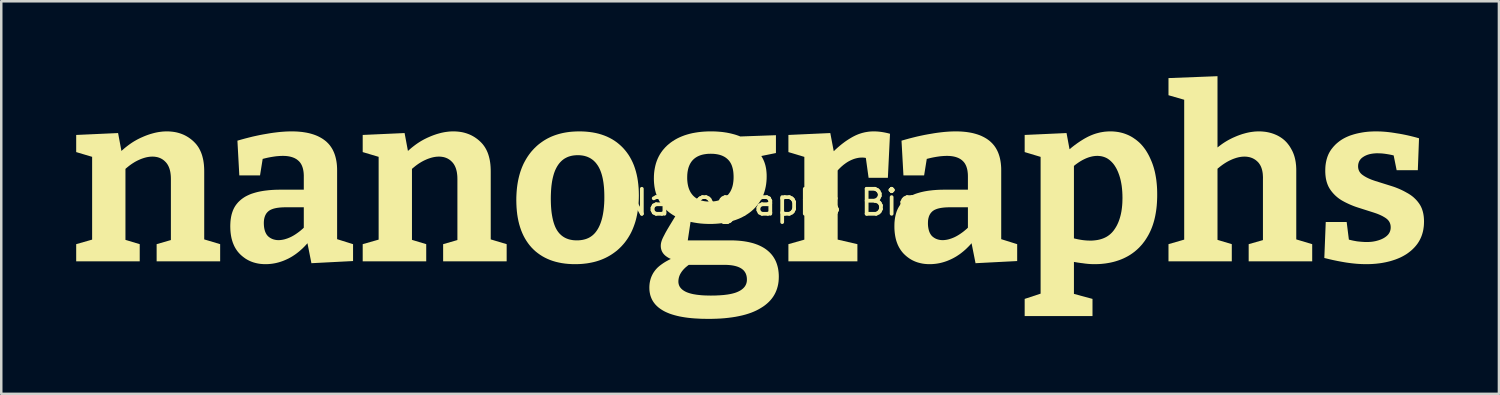
<source format=kicad_pcb>
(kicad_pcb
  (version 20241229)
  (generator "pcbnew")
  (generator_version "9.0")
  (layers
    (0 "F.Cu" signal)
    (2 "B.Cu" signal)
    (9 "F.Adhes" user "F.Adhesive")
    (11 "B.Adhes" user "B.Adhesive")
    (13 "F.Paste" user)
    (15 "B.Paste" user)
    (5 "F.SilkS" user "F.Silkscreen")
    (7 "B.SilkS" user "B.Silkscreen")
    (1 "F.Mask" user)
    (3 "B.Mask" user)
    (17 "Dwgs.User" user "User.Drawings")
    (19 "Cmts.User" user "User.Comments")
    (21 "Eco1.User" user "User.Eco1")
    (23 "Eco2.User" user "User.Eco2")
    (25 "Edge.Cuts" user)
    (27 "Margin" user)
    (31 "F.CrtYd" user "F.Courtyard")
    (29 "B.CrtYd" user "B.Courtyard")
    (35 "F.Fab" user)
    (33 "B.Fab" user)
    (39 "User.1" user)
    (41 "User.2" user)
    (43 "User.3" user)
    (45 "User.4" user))
  (footprint "Nanographs Big"
    (layer "F.Cu")
    (at 27.809 5.553)
    (property "Reference" "Nanographs Big" (at 0 -0.5 0) (unlocked yes) (layer "F.SilkS") (effects (font (size 1 1) (thickness 0.15))))
    (fp_poly (pts (xy 4.197 -3.342) (xy 4.275 -3.338) (xy 4.355 -3.33) (xy 4.435 -3.32) (xy 4.517 -3.306) (xy 4.599 -3.29) (xy 4.683 -3.271) (xy 4.768 -3.248) (xy 4.683 -1.486) (xy 3.911 -1.486) (xy 3.801 -2.281) (xy 3.785 -2.284) (xy 3.768 -2.286) (xy 3.754 -2.289) (xy 3.74 -2.291) (xy 3.725 -2.292) (xy 3.711 -2.294) (xy 3.697 -2.295) (xy 3.682 -2.295) (xy 3.668 -2.296) (xy 3.654 -2.296) (xy 3.617 -2.295) (xy 3.58 -2.293) (xy 3.543 -2.29) (xy 3.506 -2.285) (xy 3.469 -2.278) (xy 3.432 -2.27) (xy 3.396 -2.261) (xy 3.359 -2.251) (xy 3.322 -2.239) (xy 3.285 -2.225) (xy 3.248 -2.21) (xy 3.211 -2.194) (xy 3.174 -2.176) (xy 3.137 -2.157) (xy 3.1 -2.137) (xy 3.063 -2.115) (xy 3.028 -2.092) (xy 2.993 -2.068) (xy 2.959 -2.043) (xy 2.925 -2.018) (xy 2.892 -1.992) (xy 2.86 -1.964) (xy 2.828 -1.937) (xy 2.797 -1.908) (xy 2.766 -1.878) (xy 2.736 -1.848) (xy 2.706 -1.817) (xy 2.678 -1.785) (xy 2.673 -1.779) (xy 2.673 0.988) (xy 3.463 1.171) (xy 3.463 1.857) (xy 0.701 1.857) (xy 0.701 1.171) (xy 1.339 0.99) (xy 1.339 -2.323) (xy 0.701 -2.515) (xy 0.701 -3.201) (xy 2.378 -3.277) (xy 2.516 -2.549) (xy 2.591 -2.621) (xy 2.645 -2.67) (xy 2.698 -2.717) (xy 2.751 -2.762) (xy 2.804 -2.806) (xy 2.857 -2.848) (xy 2.91 -2.888) (xy 2.962 -2.927) (xy 3.015 -2.964) (xy 3.068 -2.999) (xy 3.12 -3.033) (xy 3.173 -3.065) (xy 3.225 -3.096) (xy 3.278 -3.126) (xy 3.331 -3.154) (xy 3.384 -3.18) (xy 3.438 -3.204) (xy 3.493 -3.227) (xy 3.548 -3.247) (xy 3.603 -3.265) (xy 3.659 -3.282) (xy 3.715 -3.296) (xy 3.771 -3.309) (xy 3.829 -3.319) (xy 3.886 -3.328) (xy 3.944 -3.335) (xy 4.002 -3.34) (xy 4.061 -3.343) (xy 4.121 -3.344)) (stroke (width 0) (type solid)) (fill yes) (layer "F.SilkS"))
    (fp_poly (pts (xy -24.1 -3.342) (xy -24.021 -3.337) (xy -23.945 -3.329) (xy -23.87 -3.318) (xy -23.796 -3.304) (xy -23.725 -3.286) (xy -23.655 -3.265) (xy -23.587 -3.241) (xy -23.52 -3.214) (xy -23.456 -3.184) (xy -23.393 -3.15) (xy -23.331 -3.113) (xy -23.272 -3.073) (xy -23.214 -3.03) (xy -23.158 -2.984) (xy -23.103 -2.934) (xy -23.052 -2.882) (xy -23.003 -2.828) (xy -22.958 -2.769) (xy -22.916 -2.708) (xy -22.878 -2.643) (xy -22.844 -2.575) (xy -22.812 -2.504) (xy -22.784 -2.429) (xy -22.76 -2.351) (xy -22.739 -2.27) (xy -22.721 -2.186) (xy -22.707 -2.098) (xy -22.696 -2.007) (xy -22.689 -1.913) (xy -22.685 -1.816) (xy -22.684 -1.715) (xy -22.684 0.98) (xy -22.046 1.171) (xy -22.046 1.857) (xy -24.589 1.857) (xy -24.589 1.171) (xy -24.018 1.006) (xy -24.018 -1.429) (xy -24.019 -1.487) (xy -24.021 -1.542) (xy -24.025 -1.595) (xy -24.031 -1.647) (xy -24.038 -1.697) (xy -24.047 -1.744) (xy -24.058 -1.79) (xy -24.07 -1.834) (xy -24.084 -1.876) (xy -24.1 -1.916) (xy -24.117 -1.954) (xy -24.136 -1.99) (xy -24.156 -2.024) (xy -24.178 -2.056) (xy -24.202 -2.087) (xy -24.227 -2.115) (xy -24.253 -2.141) (xy -24.279 -2.166) (xy -24.307 -2.189) (xy -24.336 -2.211) (xy -24.365 -2.23) (xy -24.396 -2.248) (xy -24.428 -2.265) (xy -24.461 -2.279) (xy -24.495 -2.292) (xy -24.529 -2.303) (xy -24.565 -2.313) (xy -24.602 -2.32) (xy -24.64 -2.326) (xy -24.679 -2.331) (xy -24.72 -2.333) (xy -24.761 -2.334) (xy -24.793 -2.333) (xy -24.826 -2.332) (xy -24.859 -2.329) (xy -24.892 -2.325) (xy -24.926 -2.32) (xy -24.96 -2.314) (xy -24.995 -2.307) (xy -25.03 -2.298) (xy -25.065 -2.289) (xy -25.101 -2.278) (xy -25.137 -2.266) (xy -25.173 -2.254) (xy -25.21 -2.24) (xy -25.247 -2.225) (xy -25.285 -2.208) (xy -25.323 -2.191) (xy -25.361 -2.173) (xy -25.399 -2.153) (xy -25.437 -2.133) (xy -25.475 -2.111) (xy -25.512 -2.088) (xy -25.55 -2.064) (xy -25.588 -2.039) (xy -25.625 -2.013) (xy -25.663 -1.985) (xy -25.7 -1.957) (xy -25.737 -1.927) (xy -25.775 -1.896) (xy -25.812 -1.865) (xy -25.837 -1.842) (xy -25.837 0.999) (xy -25.266 1.171) (xy -25.266 1.857) (xy -27.809 1.857) (xy -27.809 1.171) (xy -27.171 0.989) (xy -27.171 -2.325) (xy -27.809 -2.515) (xy -27.809 -3.201) (xy -26.132 -3.277) (xy -25.998 -2.56) (xy -25.959 -2.596) (xy -25.9 -2.647) (xy -25.841 -2.697) (xy -25.781 -2.744) (xy -25.721 -2.79) (xy -25.661 -2.834) (xy -25.6 -2.876) (xy -25.539 -2.916) (xy -25.477 -2.954) (xy -25.414 -2.99) (xy -25.352 -3.024) (xy -25.289 -3.056) (xy -25.225 -3.087) (xy -25.161 -3.115) (xy -25.097 -3.143) (xy -25.033 -3.169) (xy -24.97 -3.193) (xy -24.907 -3.215) (xy -24.844 -3.236) (xy -24.782 -3.254) (xy -24.72 -3.271) (xy -24.658 -3.287) (xy -24.597 -3.3) (xy -24.536 -3.312) (xy -24.476 -3.321) (xy -24.416 -3.329) (xy -24.356 -3.336) (xy -24.297 -3.34) (xy -24.238 -3.343) (xy -24.18 -3.344)) (stroke (width 0) (type solid)) (fill yes) (layer "F.SilkS"))
    (fp_poly (pts (xy -12.631 -3.342) (xy -12.552 -3.337) (xy -12.475 -3.329) (xy -12.4 -3.318) (xy -12.327 -3.304) (xy -12.256 -3.286) (xy -12.186 -3.265) (xy -12.118 -3.241) (xy -12.051 -3.214) (xy -11.987 -3.184) (xy -11.924 -3.15) (xy -11.862 -3.113) (xy -11.803 -3.073) (xy -11.745 -3.03) (xy -11.689 -2.984) (xy -11.634 -2.934) (xy -11.582 -2.882) (xy -11.534 -2.828) (xy -11.489 -2.769) (xy -11.447 -2.708) (xy -11.409 -2.643) (xy -11.374 -2.575) (xy -11.343 -2.504) (xy -11.315 -2.429) (xy -11.291 -2.351) (xy -11.27 -2.27) (xy -11.252 -2.186) (xy -11.238 -2.098) (xy -11.227 -2.007) (xy -11.22 -1.913) (xy -11.216 -1.816) (xy -11.215 -1.715) (xy -11.215 0.98) (xy -10.577 1.171) (xy -10.577 1.857) (xy -13.12 1.857) (xy -13.12 1.171) (xy -12.549 1.006) (xy -12.549 -1.429) (xy -12.55 -1.487) (xy -12.552 -1.542) (xy -12.556 -1.595) (xy -12.562 -1.647) (xy -12.569 -1.697) (xy -12.578 -1.744) (xy -12.589 -1.79) (xy -12.601 -1.834) (xy -12.615 -1.876) (xy -12.631 -1.916) (xy -12.648 -1.954) (xy -12.667 -1.99) (xy -12.687 -2.024) (xy -12.709 -2.056) (xy -12.733 -2.087) (xy -12.758 -2.115) (xy -12.784 -2.141) (xy -12.81 -2.166) (xy -12.838 -2.189) (xy -12.867 -2.211) (xy -12.896 -2.23) (xy -12.927 -2.248) (xy -12.959 -2.265) (xy -12.992 -2.279) (xy -13.026 -2.292) (xy -13.06 -2.303) (xy -13.096 -2.313) (xy -13.133 -2.32) (xy -13.171 -2.326) (xy -13.21 -2.331) (xy -13.251 -2.333) (xy -13.292 -2.334) (xy -13.324 -2.333) (xy -13.357 -2.332) (xy -13.39 -2.329) (xy -13.423 -2.325) (xy -13.457 -2.32) (xy -13.491 -2.314) (xy -13.526 -2.307) (xy -13.561 -2.298) (xy -13.596 -2.289) (xy -13.632 -2.278) (xy -13.668 -2.266) (xy -13.704 -2.254) (xy -13.741 -2.24) (xy -13.778 -2.225) (xy -13.816 -2.208) (xy -13.854 -2.191) (xy -13.892 -2.173) (xy -13.93 -2.153) (xy -13.968 -2.133) (xy -14.005 -2.111) (xy -14.043 -2.088) (xy -14.081 -2.064) (xy -14.119 -2.039) (xy -14.156 -2.013) (xy -14.194 -1.985) (xy -14.231 -1.957) (xy -14.268 -1.927) (xy -14.305 -1.896) (xy -14.343 -1.865) (xy -14.368 -1.842) (xy -14.368 0.999) (xy -13.797 1.171) (xy -13.797 1.857) (xy -16.34 1.857) (xy -16.34 1.171) (xy -15.702 0.989) (xy -15.702 -2.325) (xy -16.34 -2.515) (xy -16.34 -3.201) (xy -14.663 -3.277) (xy -14.529 -2.56) (xy -14.49 -2.596) (xy -14.431 -2.647) (xy -14.372 -2.697) (xy -14.312 -2.744) (xy -14.252 -2.79) (xy -14.192 -2.834) (xy -14.131 -2.876) (xy -14.069 -2.916) (xy -14.008 -2.954) (xy -13.945 -2.99) (xy -13.883 -3.024) (xy -13.819 -3.056) (xy -13.756 -3.087) (xy -13.692 -3.115) (xy -13.628 -3.143) (xy -13.564 -3.169) (xy -13.501 -3.193) (xy -13.438 -3.215) (xy -13.375 -3.236) (xy -13.313 -3.254) (xy -13.251 -3.271) (xy -13.189 -3.287) (xy -13.128 -3.3) (xy -13.067 -3.312) (xy -13.007 -3.321) (xy -12.947 -3.329) (xy -12.887 -3.336) (xy -12.828 -3.34) (xy -12.769 -3.343) (xy -12.711 -3.344)) (stroke (width 0) (type solid)) (fill yes) (layer "F.SilkS"))
    (fp_poly (pts (xy 17.878 -2.7) (xy 17.934 -2.744) (xy 17.994 -2.79) (xy 18.054 -2.834) (xy 18.115 -2.876) (xy 18.177 -2.916) (xy 18.239 -2.954) (xy 18.301 -2.99) (xy 18.364 -3.024) (xy 18.427 -3.056) (xy 18.49 -3.087) (xy 18.554 -3.115) (xy 18.619 -3.143) (xy 18.682 -3.169) (xy 18.746 -3.193) (xy 18.809 -3.215) (xy 18.871 -3.236) (xy 18.934 -3.254) (xy 18.995 -3.271) (xy 19.057 -3.287) (xy 19.118 -3.3) (xy 19.179 -3.312) (xy 19.239 -3.321) (xy 19.299 -3.329) (xy 19.359 -3.336) (xy 19.418 -3.34) (xy 19.477 -3.343) (xy 19.536 -3.344) (xy 19.589 -3.343) (xy 19.641 -3.341) (xy 19.693 -3.337) (xy 19.744 -3.332) (xy 19.795 -3.326) (xy 19.845 -3.318) (xy 19.894 -3.309) (xy 19.943 -3.298) (xy 19.991 -3.286) (xy 20.038 -3.273) (xy 20.084 -3.258) (xy 20.13 -3.242) (xy 20.175 -3.224) (xy 20.22 -3.205) (xy 20.264 -3.185) (xy 20.307 -3.163) (xy 20.349 -3.139) (xy 20.39 -3.115) (xy 20.43 -3.088) (xy 20.469 -3.061) (xy 20.506 -3.032) (xy 20.543 -3.002) (xy 20.578 -2.97) (xy 20.612 -2.936) (xy 20.645 -2.902) (xy 20.676 -2.866) (xy 20.706 -2.828) (xy 20.736 -2.789) (xy 20.764 -2.749) (xy 20.79 -2.707) (xy 20.816 -2.664) (xy 20.84 -2.62) (xy 20.865 -2.575) (xy 20.887 -2.529) (xy 20.908 -2.481) (xy 20.927 -2.432) (xy 20.945 -2.381) (xy 20.961 -2.329) (xy 20.975 -2.275) (xy 20.988 -2.22) (xy 20.999 -2.163) (xy 21.009 -2.105) (xy 21.016 -2.045) (xy 21.023 -1.984) (xy 21.027 -1.921) (xy 21.03 -1.857) (xy 21.031 -1.792) (xy 21.031 -1.724) (xy 21.031 0.98) (xy 21.669 1.171) (xy 21.669 1.857) (xy 19.126 1.857) (xy 19.126 1.171) (xy 19.697 1.008) (xy 19.697 -1.439) (xy 19.698 -1.495) (xy 19.696 -1.549) (xy 19.693 -1.602) (xy 19.689 -1.652) (xy 19.682 -1.701) (xy 19.674 -1.748) (xy 19.664 -1.793) (xy 19.652 -1.836) (xy 19.639 -1.878) (xy 19.624 -1.917) (xy 19.607 -1.955) (xy 19.588 -1.991) (xy 19.568 -2.024) (xy 19.546 -2.056) (xy 19.523 -2.087) (xy 19.497 -2.115) (xy 19.471 -2.141) (xy 19.443 -2.166) (xy 19.414 -2.189) (xy 19.385 -2.211) (xy 19.354 -2.23) (xy 19.323 -2.248) (xy 19.29 -2.265) (xy 19.257 -2.279) (xy 19.222 -2.292) (xy 19.187 -2.303) (xy 19.151 -2.313) (xy 19.113 -2.32) (xy 19.075 -2.326) (xy 19.036 -2.331) (xy 18.996 -2.333) (xy 18.954 -2.334) (xy 18.922 -2.333) (xy 18.889 -2.332) (xy 18.856 -2.329) (xy 18.823 -2.325) (xy 18.789 -2.32) (xy 18.755 -2.314) (xy 18.72 -2.307) (xy 18.685 -2.298) (xy 18.65 -2.289) (xy 18.614 -2.278) (xy 18.578 -2.266) (xy 18.542 -2.254) (xy 18.505 -2.24) (xy 18.468 -2.225) (xy 18.43 -2.208) (xy 18.393 -2.191) (xy 18.354 -2.173) (xy 18.316 -2.153) (xy 18.278 -2.133) (xy 18.24 -2.111) (xy 18.202 -2.088) (xy 18.164 -2.064) (xy 18.126 -2.039) (xy 18.088 -2.013) (xy 18.05 -1.985) (xy 18.012 -1.957) (xy 17.973 -1.927) (xy 17.935 -1.896) (xy 17.897 -1.865) (xy 17.878 -1.848) (xy 17.878 0.999) (xy 18.45 1.171) (xy 18.45 1.857) (xy 15.916 1.857) (xy 15.916 1.171) (xy 16.545 0.989) (xy 16.545 -4.61) (xy 15.916 -4.791) (xy 15.916 -5.477) (xy 17.878 -5.553)) (stroke (width 0) (type solid)) (fill yes) (layer "F.SilkS"))
    (fp_poly (pts (xy 13.656 -3.343) (xy 13.724 -3.339) (xy 13.79 -3.333) (xy 13.856 -3.325) (xy 13.92 -3.315) (xy 13.984 -3.302) (xy 14.046 -3.287) (xy 14.107 -3.27) (xy 14.167 -3.25) (xy 14.226 -3.228) (xy 14.285 -3.204) (xy 14.342 -3.178) (xy 14.398 -3.149) (xy 14.453 -3.118) (xy 14.507 -3.084) (xy 14.559 -3.048) (xy 14.611 -3.012) (xy 14.661 -2.972) (xy 14.71 -2.931) (xy 14.758 -2.888) (xy 14.804 -2.842) (xy 14.848 -2.794) (xy 14.892 -2.744) (xy 14.933 -2.691) (xy 14.974 -2.637) (xy 15.013 -2.58) (xy 15.05 -2.52) (xy 15.086 -2.459) (xy 15.121 -2.395) (xy 15.154 -2.33) (xy 15.186 -2.261) (xy 15.217 -2.191) (xy 15.247 -2.12) (xy 15.275 -2.047) (xy 15.301 -1.971) (xy 15.325 -1.894) (xy 15.347 -1.815) (xy 15.368 -1.734) (xy 15.386 -1.65) (xy 15.402 -1.565) (xy 15.417 -1.478) (xy 15.43 -1.388) (xy 15.44 -1.297) (xy 15.449 -1.204) (xy 15.456 -1.108) (xy 15.461 -1.011) (xy 15.463 -0.911) (xy 15.464 -0.81) (xy 15.463 -0.696) (xy 15.459 -0.584) (xy 15.453 -0.474) (xy 15.445 -0.367) (xy 15.434 -0.262) (xy 15.42 -0.16) (xy 15.404 -0.06) (xy 15.386 0.038) (xy 15.365 0.133) (xy 15.342 0.226) (xy 15.316 0.316) (xy 15.288 0.404) (xy 15.257 0.49) (xy 15.224 0.573) (xy 15.188 0.654) (xy 15.15 0.733) (xy 15.11 0.809) (xy 15.067 0.883) (xy 15.023 0.954) (xy 14.977 1.024) (xy 14.928 1.09) (xy 14.878 1.155) (xy 14.826 1.216) (xy 14.771 1.276) (xy 14.715 1.333) (xy 14.657 1.388) (xy 14.596 1.44) (xy 14.534 1.49) (xy 14.469 1.538) (xy 14.403 1.583) (xy 14.335 1.626) (xy 14.264 1.666) (xy 14.193 1.703) (xy 14.121 1.738) (xy 14.047 1.77) (xy 13.971 1.8) (xy 13.894 1.827) (xy 13.816 1.852) (xy 13.736 1.875) (xy 13.655 1.895) (xy 13.572 1.913) (xy 13.487 1.928) (xy 13.401 1.942) (xy 13.314 1.952) (xy 13.225 1.961) (xy 13.135 1.967) (xy 13.043 1.97) (xy 12.95 1.971) (xy 12.892 1.971) (xy 12.834 1.969) (xy 12.776 1.966) (xy 12.716 1.962) (xy 12.657 1.956) (xy 12.596 1.95) (xy 12.535 1.942) (xy 12.474 1.933) (xy 12.411 1.926) (xy 12.349 1.917) (xy 12.285 1.908) (xy 12.221 1.897) (xy 12.157 1.886) (xy 12.131 1.882) (xy 12.131 3.162) (xy 12.874 3.362) (xy 12.874 4.048) (xy 10.159 4.048) (xy 10.159 3.362) (xy 10.797 3.152) (xy 10.797 0.939) (xy 12.131 0.939) (xy 12.187 0.953) (xy 12.292 0.976) (xy 12.395 0.995) (xy 12.495 1.01) (xy 12.592 1.02) (xy 12.686 1.026) (xy 12.778 1.028) (xy 12.861 1.027) (xy 12.942 1.021) (xy 13.019 1.012) (xy 13.093 1) (xy 13.165 0.984) (xy 13.233 0.964) (xy 13.299 0.941) (xy 13.362 0.914) (xy 13.422 0.884) (xy 13.479 0.85) (xy 13.533 0.812) (xy 13.584 0.771) (xy 13.632 0.726) (xy 13.677 0.678) (xy 13.72 0.626) (xy 13.759 0.571) (xy 13.797 0.513) (xy 13.833 0.452) (xy 13.866 0.388) (xy 13.897 0.322) (xy 13.925 0.253) (xy 13.951 0.181) (xy 13.974 0.107) (xy 13.995 0.031) (xy 14.014 -0.049) (xy 14.03 -0.131) (xy 14.043 -0.215) (xy 14.054 -0.302) (xy 14.063 -0.392) (xy 14.069 -0.484) (xy 14.072 -0.579) (xy 14.074 -0.677) (xy 14.072 -0.805) (xy 14.066 -0.929) (xy 14.056 -1.048) (xy 14.043 -1.162) (xy 14.025 -1.272) (xy 14.004 -1.377) (xy 13.979 -1.477) (xy 13.95 -1.572) (xy 13.934 -1.619) (xy 13.917 -1.664) (xy 13.9 -1.709) (xy 13.882 -1.751) (xy 13.863 -1.792) (xy 13.844 -1.832) (xy 13.823 -1.871) (xy 13.802 -1.908) (xy 13.78 -1.943) (xy 13.758 -1.978) (xy 13.735 -2.01) (xy 13.711 -2.042) (xy 13.686 -2.072) (xy 13.66 -2.1) (xy 13.634 -2.127) (xy 13.607 -2.153) (xy 13.579 -2.178) (xy 13.551 -2.202) (xy 13.521 -2.224) (xy 13.491 -2.245) (xy 13.46 -2.264) (xy 13.428 -2.281) (xy 13.395 -2.296) (xy 13.362 -2.31) (xy 13.327 -2.322) (xy 13.292 -2.333) (xy 13.256 -2.342) (xy 13.219 -2.35) (xy 13.182 -2.355) (xy 13.143 -2.359) (xy 13.104 -2.362) (xy 13.064 -2.363) (xy 13.033 -2.362) (xy 13.002 -2.361) (xy 12.97 -2.358) (xy 12.938 -2.354) (xy 12.907 -2.35) (xy 12.874 -2.344) (xy 12.842 -2.337) (xy 12.809 -2.329) (xy 12.776 -2.32) (xy 12.743 -2.311) (xy 12.71 -2.3) (xy 12.677 -2.288) (xy 12.643 -2.275) (xy 12.609 -2.261) (xy 12.575 -2.245) (xy 12.54 -2.229) (xy 12.506 -2.212) (xy 12.471 -2.194) (xy 12.436 -2.174) (xy 12.401 -2.154) (xy 12.366 -2.132) (xy 12.33 -2.109) (xy 12.295 -2.085) (xy 12.259 -2.06) (xy 12.223 -2.034) (xy 12.187 -2.007) (xy 12.151 -1.978) (xy 12.131 -1.961) (xy 12.131 0.939) (xy 10.797 0.939) (xy 10.797 -2.323) (xy 10.159 -2.515) (xy 10.159 -3.201) (xy 11.835 -3.277) (xy 11.955 -2.628) (xy 12.057 -2.713) (xy 12.167 -2.798) (xy 12.276 -2.877) (xy 12.384 -2.95) (xy 12.491 -3.017) (xy 12.544 -3.049) (xy 12.597 -3.079) (xy 12.65 -3.107) (xy 12.702 -3.134) (xy 12.756 -3.159) (xy 12.81 -3.183) (xy 12.864 -3.205) (xy 12.918 -3.226) (xy 12.973 -3.245) (xy 13.028 -3.262) (xy 13.083 -3.277) (xy 13.138 -3.291) (xy 13.193 -3.304) (xy 13.249 -3.314) (xy 13.305 -3.323) (xy 13.361 -3.331) (xy 13.418 -3.336) (xy 13.474 -3.34) (xy 13.531 -3.343) (xy 13.588 -3.344)) (stroke (width 0) (type solid)) (fill yes) (layer "F.SilkS"))
    (fp_poly (pts (xy -19.074 -3.342) (xy -18.968 -3.338) (xy -18.866 -3.33) (xy -18.767 -3.32) (xy -18.671 -3.306) (xy -18.578 -3.29) (xy -18.488 -3.271) (xy -18.402 -3.248) (xy -18.319 -3.223) (xy -18.24 -3.195) (xy -18.163 -3.164) (xy -18.09 -3.129) (xy -18.021 -3.092) (xy -17.954 -3.052) (xy -17.891 -3.009) (xy -17.831 -2.963) (xy -17.774 -2.913) (xy -17.721 -2.861) (xy -17.672 -2.805) (xy -17.627 -2.746) (xy -17.585 -2.684) (xy -17.546 -2.618) (xy -17.512 -2.549) (xy -17.481 -2.477) (xy -17.453 -2.401) (xy -17.43 -2.323) (xy -17.41 -2.241) (xy -17.393 -2.155) (xy -17.38 -2.067) (xy -17.371 -1.975) (xy -17.366 -1.88) (xy -17.364 -1.782) (xy -17.364 0.971) (xy -16.726 1.171) (xy -16.726 1.847) (xy -18.393 1.933) (xy -18.551 1.133) (xy -18.575 1.16) (xy -18.624 1.214) (xy -18.673 1.266) (xy -18.723 1.316) (xy -18.774 1.364) (xy -18.825 1.41) (xy -18.876 1.455) (xy -18.928 1.497) (xy -18.981 1.538) (xy -19.034 1.577) (xy -19.087 1.613) (xy -19.142 1.649) (xy -19.196 1.682) (xy -19.251 1.713) (xy -19.307 1.743) (xy -19.363 1.77) (xy -19.42 1.796) (xy -19.476 1.82) (xy -19.533 1.843) (xy -19.59 1.863) (xy -19.647 1.882) (xy -19.704 1.899) (xy -19.762 1.914) (xy -19.82 1.928) (xy -19.878 1.939) (xy -19.936 1.949) (xy -19.995 1.957) (xy -20.054 1.963) (xy -20.112 1.968) (xy -20.172 1.97) (xy -20.231 1.971) (xy -20.306 1.97) (xy -20.38 1.965) (xy -20.452 1.958) (xy -20.523 1.947) (xy -20.592 1.933) (xy -20.659 1.916) (xy -20.724 1.897) (xy -20.788 1.874) (xy -20.851 1.848) (xy -20.911 1.819) (xy -20.97 1.787) (xy -21.028 1.752) (xy -21.083 1.713) (xy -21.137 1.672) (xy -21.19 1.628) (xy -21.241 1.581) (xy -21.289 1.531) (xy -21.335 1.478) (xy -21.377 1.422) (xy -21.416 1.364) (xy -21.452 1.303) (xy -21.485 1.24) (xy -21.514 1.173) (xy -21.541 1.105) (xy -21.564 1.033) (xy -21.585 0.959) (xy -21.602 0.882) (xy -21.616 0.802) (xy -21.627 0.72) (xy -21.635 0.635) (xy -21.639 0.547) (xy -21.641 0.457) (xy -21.64 0.39) (xy -21.637 0.325) (xy -21.637 0.323) (xy -20.298 0.323) (xy -20.297 0.367) (xy -20.295 0.409) (xy -20.292 0.449) (xy -20.288 0.488) (xy -20.282 0.526) (xy -20.275 0.562) (xy -20.267 0.597) (xy -20.257 0.631) (xy -20.247 0.663) (xy -20.235 0.693) (xy -20.221 0.722) (xy -20.207 0.75) (xy -20.191 0.777) (xy -20.174 0.802) (xy -20.155 0.825) (xy -20.136 0.847) (xy -20.114 0.867) (xy -20.092 0.885) (xy -20.069 0.902) (xy -20.045 0.918) (xy -20.02 0.933) (xy -19.995 0.946) (xy -19.969 0.958) (xy -19.943 0.969) (xy -19.916 0.978) (xy -19.888 0.986) (xy -19.86 0.993) (xy -19.83 0.999) (xy -19.801 1.004) (xy -19.77 1.007) (xy -19.739 1.009) (xy -19.707 1.009) (xy -19.677 1.009) (xy -19.647 1.007) (xy -19.616 1.004) (xy -19.585 1) (xy -19.554 0.995) (xy -19.522 0.989) (xy -19.49 0.982) (xy -19.457 0.974) (xy -19.424 0.964) (xy -19.391 0.953) (xy -19.357 0.942) (xy -19.323 0.929) (xy -19.289 0.915) (xy -19.254 0.9) (xy -19.219 0.884) (xy -19.183 0.866) (xy -19.148 0.847) (xy -19.112 0.827) (xy -19.077 0.806) (xy -19.042 0.784) (xy -19.008 0.761) (xy -18.973 0.737) (xy -18.939 0.713) (xy -18.905 0.688) (xy -18.871 0.662) (xy -18.837 0.635) (xy -18.804 0.607) (xy -18.771 0.579) (xy -18.738 0.55) (xy -18.705 0.519) (xy -18.698 0.512) (xy -18.698 -0.305) (xy -19.421 -0.305) (xy -19.482 -0.305) (xy -19.541 -0.303) (xy -19.596 -0.3) (xy -19.65 -0.296) (xy -19.701 -0.29) (xy -19.75 -0.284) (xy -19.797 -0.276) (xy -19.841 -0.267) (xy -19.882 -0.257) (xy -19.922 -0.246) (xy -19.958 -0.233) (xy -19.993 -0.219) (xy -20.025 -0.205) (xy -20.055 -0.189) (xy -20.082 -0.171) (xy -20.107 -0.153) (xy -20.13 -0.133) (xy -20.152 -0.112) (xy -20.172 -0.09) (xy -20.191 -0.066) (xy -20.208 -0.041) (xy -20.223 -0.014) (xy -20.237 0.013) (xy -20.25 0.042) (xy -20.261 0.073) (xy -20.271 0.105) (xy -20.279 0.138) (xy -20.286 0.172) (xy -20.291 0.208) (xy -20.295 0.245) (xy -20.297 0.284) (xy -20.298 0.323) (xy -21.637 0.323) (xy -21.633 0.261) (xy -21.627 0.2) (xy -21.618 0.14) (xy -21.609 0.082) (xy -21.597 0.025) (xy -21.584 -0.029) (xy -21.568 -0.082) (xy -21.551 -0.133) (xy -21.533 -0.182) (xy -21.512 -0.229) (xy -21.49 -0.275) (xy -21.466 -0.318) (xy -21.44 -0.36) (xy -21.412 -0.4) (xy -21.382 -0.44) (xy -21.349 -0.479) (xy -21.316 -0.516) (xy -21.28 -0.551) (xy -21.243 -0.585) (xy -21.204 -0.618) (xy -21.164 -0.649) (xy -21.122 -0.679) (xy -21.078 -0.708) (xy -21.033 -0.735) (xy -20.986 -0.76) (xy -20.937 -0.784) (xy -20.887 -0.807) (xy -20.835 -0.829) (xy -20.782 -0.849) (xy -20.726 -0.867) (xy -20.67 -0.884) (xy -20.611 -0.901) (xy -20.552 -0.916) (xy -20.491 -0.93) (xy -20.428 -0.943) (xy -20.364 -0.954) (xy -20.298 -0.965) (xy -20.231 -0.974) (xy -20.092 -0.99) (xy -19.948 -1.001) (xy -19.797 -1.008) (xy -19.641 -1.01) (xy -18.698 -1.01) (xy -18.698 -1.534) (xy -18.698 -1.589) (xy -18.701 -1.642) (xy -18.705 -1.693) (xy -18.711 -1.742) (xy -18.719 -1.789) (xy -18.728 -1.834) (xy -18.739 -1.876) (xy -18.752 -1.917) (xy -18.767 -1.956) (xy -18.783 -1.993) (xy -18.801 -2.028) (xy -18.821 -2.061) (xy -18.842 -2.092) (xy -18.865 -2.12) (xy -18.89 -2.147) (xy -18.917 -2.172) (xy -18.944 -2.195) (xy -18.972 -2.217) (xy -19.002 -2.237) (xy -19.034 -2.255) (xy -19.067 -2.273) (xy -19.102 -2.288) (xy -19.138 -2.302) (xy -19.176 -2.315) (xy -19.216 -2.326) (xy -19.257 -2.336) (xy -19.299 -2.344) (xy -19.343 -2.351) (xy -19.389 -2.356) (xy -19.436 -2.36) (xy -19.485 -2.362) (xy -19.536 -2.363) (xy -19.586 -2.362) (xy -19.638 -2.36) (xy -19.69 -2.357) (xy -19.743 -2.353) (xy -19.797 -2.348) (xy -19.852 -2.341) (xy -19.908 -2.333) (xy -19.964 -2.324) (xy -20.022 -2.314) (xy -20.081 -2.303) (xy -20.141 -2.291) (xy -20.203 -2.277) (xy -20.265 -2.262) (xy -20.329 -2.246) (xy -20.344 -2.242) (xy -20.45 -1.582) (xy -21.279 -1.582) (xy -21.355 -2.972) (xy -21.195 -3.018) (xy -21.038 -3.061) (xy -20.885 -3.1) (xy -20.736 -3.137) (xy -20.59 -3.169) (xy -20.448 -3.199) (xy -20.309 -3.225) (xy -20.174 -3.248) (xy -20.04 -3.271) (xy -19.908 -3.29) (xy -19.78 -3.306) (xy -19.655 -3.32) (xy -19.532 -3.33) (xy -19.413 -3.338) (xy -19.297 -3.342) (xy -19.183 -3.344)) (stroke (width 0) (type solid)) (fill yes) (layer "F.SilkS"))
    (fp_poly (pts (xy 7.51 -3.342) (xy 7.616 -3.338) (xy 7.719 -3.33) (xy 7.818 -3.32) (xy 7.914 -3.306) (xy 8.007 -3.29) (xy 8.096 -3.271) (xy 8.182 -3.248) (xy 8.265 -3.223) (xy 8.345 -3.195) (xy 8.421 -3.164) (xy 8.494 -3.129) (xy 8.564 -3.092) (xy 8.631 -3.052) (xy 8.694 -3.009) (xy 8.754 -2.963) (xy 8.81 -2.913) (xy 8.863 -2.861) (xy 8.912 -2.805) (xy 8.958 -2.746) (xy 9 -2.684) (xy 9.038 -2.618) (xy 9.073 -2.549) (xy 9.104 -2.477) (xy 9.131 -2.401) (xy 9.155 -2.323) (xy 9.175 -2.241) (xy 9.191 -2.155) (xy 9.204 -2.067) (xy 9.213 -1.975) (xy 9.219 -1.88) (xy 9.22 -1.782) (xy 9.22 0.971) (xy 9.859 1.171) (xy 9.859 1.847) (xy 8.192 1.933) (xy 8.033 1.133) (xy 8.01 1.16) (xy 7.961 1.214) (xy 7.911 1.266) (xy 7.861 1.316) (xy 7.811 1.364) (xy 7.76 1.41) (xy 7.708 1.455) (xy 7.656 1.497) (xy 7.604 1.538) (xy 7.551 1.577) (xy 7.497 1.613) (xy 7.443 1.649) (xy 7.388 1.682) (xy 7.333 1.713) (xy 7.277 1.743) (xy 7.221 1.77) (xy 7.165 1.796) (xy 7.108 1.82) (xy 7.052 1.843) (xy 6.995 1.863) (xy 6.938 1.882) (xy 6.88 1.899) (xy 6.823 1.914) (xy 6.765 1.928) (xy 6.707 1.939) (xy 6.648 1.949) (xy 6.59 1.957) (xy 6.531 1.963) (xy 6.472 1.968) (xy 6.413 1.97) (xy 6.353 1.971) (xy 6.278 1.97) (xy 6.204 1.965) (xy 6.132 1.958) (xy 6.062 1.947) (xy 5.993 1.933) (xy 5.926 1.916) (xy 5.86 1.897) (xy 5.796 1.874) (xy 5.734 1.848) (xy 5.673 1.819) (xy 5.614 1.787) (xy 5.557 1.752) (xy 5.501 1.713) (xy 5.447 1.672) (xy 5.395 1.628) (xy 5.344 1.581) (xy 5.295 1.531) (xy 5.25 1.478) (xy 5.208 1.422) (xy 5.169 1.364) (xy 5.133 1.303) (xy 5.1 1.24) (xy 5.07 1.173) (xy 5.044 1.105) (xy 5.02 1.033) (xy 5 0.959) (xy 4.983 0.882) (xy 4.969 0.802) (xy 4.958 0.72) (xy 4.95 0.635) (xy 4.945 0.547) (xy 4.944 0.457) (xy 4.945 0.39) (xy 4.947 0.325) (xy 4.947 0.323) (xy 6.287 0.323) (xy 6.287 0.367) (xy 6.289 0.409) (xy 6.292 0.449) (xy 6.297 0.488) (xy 6.303 0.526) (xy 6.31 0.562) (xy 6.318 0.597) (xy 6.327 0.631) (xy 6.338 0.663) (xy 6.35 0.693) (xy 6.363 0.722) (xy 6.378 0.75) (xy 6.394 0.777) (xy 6.411 0.802) (xy 6.429 0.825) (xy 6.449 0.847) (xy 6.47 0.867) (xy 6.493 0.885) (xy 6.516 0.902) (xy 6.54 0.918) (xy 6.564 0.933) (xy 6.589 0.946) (xy 6.615 0.958) (xy 6.642 0.969) (xy 6.669 0.978) (xy 6.696 0.986) (xy 6.725 0.993) (xy 6.754 0.999) (xy 6.784 1.004) (xy 6.814 1.007) (xy 6.846 1.009) (xy 6.877 1.009) (xy 6.907 1.009) (xy 6.938 1.007) (xy 6.968 1.004) (xy 6.999 1) (xy 7.031 0.995) (xy 7.063 0.989) (xy 7.095 0.982) (xy 7.127 0.974) (xy 7.16 0.964) (xy 7.194 0.953) (xy 7.227 0.942) (xy 7.261 0.929) (xy 7.296 0.915) (xy 7.331 0.9) (xy 7.366 0.884) (xy 7.401 0.866) (xy 7.437 0.847) (xy 7.472 0.827) (xy 7.507 0.806) (xy 7.542 0.784) (xy 7.577 0.761) (xy 7.611 0.737) (xy 7.646 0.713) (xy 7.68 0.688) (xy 7.714 0.662) (xy 7.747 0.635) (xy 7.781 0.607) (xy 7.814 0.579) (xy 7.847 0.55) (xy 7.879 0.519) (xy 7.887 0.512) (xy 7.887 -0.305) (xy 7.163 -0.305) (xy 7.102 -0.305) (xy 7.044 -0.303) (xy 6.988 -0.3) (xy 6.934 -0.296) (xy 6.883 -0.29) (xy 6.834 -0.284) (xy 6.788 -0.276) (xy 6.744 -0.267) (xy 6.702 -0.257) (xy 6.663 -0.246) (xy 6.626 -0.233) (xy 6.592 -0.219) (xy 6.559 -0.205) (xy 6.53 -0.189) (xy 6.502 -0.171) (xy 6.477 -0.153) (xy 6.454 -0.133) (xy 6.433 -0.112) (xy 6.413 -0.09) (xy 6.394 -0.066) (xy 6.377 -0.041) (xy 6.361 -0.014) (xy 6.347 0.013) (xy 6.334 0.042) (xy 6.323 0.073) (xy 6.314 0.105) (xy 6.305 0.138) (xy 6.299 0.172) (xy 6.293 0.208) (xy 6.29 0.245) (xy 6.288 0.284) (xy 6.287 0.323) (xy 4.947 0.323) (xy 4.952 0.261) (xy 4.958 0.2) (xy 4.966 0.14) (xy 4.976 0.082) (xy 4.988 0.025) (xy 5.001 -0.029) (xy 5.016 -0.082) (xy 5.033 -0.133) (xy 5.052 -0.182) (xy 5.072 -0.229) (xy 5.095 -0.275) (xy 5.119 -0.318) (xy 5.145 -0.36) (xy 5.172 -0.4) (xy 5.203 -0.44) (xy 5.235 -0.479) (xy 5.269 -0.516) (xy 5.305 -0.551) (xy 5.342 -0.585) (xy 5.38 -0.618) (xy 5.421 -0.649) (xy 5.463 -0.679) (xy 5.507 -0.708) (xy 5.552 -0.735) (xy 5.599 -0.76) (xy 5.647 -0.784) (xy 5.698 -0.807) (xy 5.75 -0.829) (xy 5.803 -0.849) (xy 5.858 -0.867) (xy 5.915 -0.884) (xy 5.973 -0.901) (xy 6.033 -0.916) (xy 6.094 -0.93) (xy 6.157 -0.943) (xy 6.221 -0.954) (xy 6.286 -0.965) (xy 6.353 -0.974) (xy 6.492 -0.99) (xy 6.637 -1.001) (xy 6.787 -1.008) (xy 6.944 -1.01) (xy 7.887 -1.01) (xy 7.887 -1.534) (xy 7.886 -1.589) (xy 7.884 -1.642) (xy 7.879 -1.693) (xy 7.873 -1.742) (xy 7.866 -1.789) (xy 7.856 -1.834) (xy 7.845 -1.876) (xy 7.832 -1.917) (xy 7.818 -1.956) (xy 7.801 -1.993) (xy 7.783 -2.028) (xy 7.764 -2.061) (xy 7.742 -2.092) (xy 7.719 -2.12) (xy 7.694 -2.147) (xy 7.668 -2.172) (xy 7.641 -2.195) (xy 7.612 -2.217) (xy 7.582 -2.237) (xy 7.551 -2.255) (xy 7.517 -2.273) (xy 7.483 -2.288) (xy 7.446 -2.302) (xy 7.408 -2.315) (xy 7.369 -2.326) (xy 7.328 -2.336) (xy 7.285 -2.344) (xy 7.241 -2.351) (xy 7.195 -2.356) (xy 7.148 -2.36) (xy 7.099 -2.362) (xy 7.049 -2.363) (xy 6.998 -2.362) (xy 6.947 -2.36) (xy 6.895 -2.357) (xy 6.842 -2.353) (xy 6.788 -2.348) (xy 6.733 -2.341) (xy 6.677 -2.333) (xy 6.62 -2.324) (xy 6.562 -2.314) (xy 6.503 -2.303) (xy 6.443 -2.291) (xy 6.382 -2.277) (xy 6.32 -2.262) (xy 6.256 -2.246) (xy 6.24 -2.242) (xy 6.134 -1.582) (xy 5.306 -1.582) (xy 5.229 -2.972) (xy 5.39 -3.018) (xy 5.546 -3.061) (xy 5.699 -3.1) (xy 5.849 -3.137) (xy 5.994 -3.169) (xy 6.137 -3.199) (xy 6.275 -3.225) (xy 6.411 -3.248) (xy 6.545 -3.271) (xy 6.676 -3.29) (xy 6.804 -3.306) (xy 6.93 -3.32) (xy 7.052 -3.33) (xy 7.171 -3.338) (xy 7.288 -3.342) (xy 7.401 -3.344)) (stroke (width 0) (type solid)) (fill yes) (layer "F.SilkS"))
    (fp_poly (pts (xy -7.528 -3.341) (xy -7.393 -3.333) (xy -7.263 -3.32) (xy -7.136 -3.302) (xy -7.013 -3.279) (xy -6.893 -3.25) (xy -6.778 -3.216) (xy -6.667 -3.177) (xy -6.559 -3.133) (xy -6.455 -3.083) (xy -6.355 -3.029) (xy -6.259 -2.969) (xy -6.167 -2.904) (xy -6.079 -2.833) (xy -5.995 -2.758) (xy -5.914 -2.677) (xy -5.838 -2.591) (xy -5.767 -2.501) (xy -5.7 -2.407) (xy -5.639 -2.308) (xy -5.583 -2.205) (xy -5.531 -2.098) (xy -5.484 -1.986) (xy -5.443 -1.87) (xy -5.406 -1.749) (xy -5.374 -1.624) (xy -5.347 -1.495) (xy -5.325 -1.361) (xy -5.308 -1.222) (xy -5.295 -1.08) (xy -5.288 -0.933) (xy -5.285 -0.781) (xy -5.287 -0.675) (xy -5.29 -0.571) (xy -5.296 -0.468) (xy -5.304 -0.368) (xy -5.315 -0.269) (xy -5.328 -0.172) (xy -5.344 -0.077) (xy -5.362 0.016) (xy -5.382 0.108) (xy -5.404 0.197) (xy -5.429 0.285) (xy -5.457 0.37) (xy -5.487 0.454) (xy -5.519 0.536) (xy -5.553 0.617) (xy -5.59 0.695) (xy -5.629 0.77) (xy -5.671 0.843) (xy -5.714 0.914) (xy -5.759 0.982) (xy -5.807 1.049) (xy -5.856 1.113) (xy -5.908 1.175) (xy -5.962 1.235) (xy -6.018 1.293) (xy -6.075 1.349) (xy -6.135 1.403) (xy -6.197 1.454) (xy -6.262 1.503) (xy -6.328 1.55) (xy -6.396 1.595) (xy -6.467 1.638) (xy -6.539 1.678) (xy -6.613 1.716) (xy -6.689 1.751) (xy -6.767 1.784) (xy -6.846 1.814) (xy -6.927 1.841) (xy -7.01 1.866) (xy -7.095 1.888) (xy -7.182 1.907) (xy -7.27 1.924) (xy -7.36 1.939) (xy -7.452 1.95) (xy -7.546 1.96) (xy -7.642 1.966) (xy -7.739 1.97) (xy -7.838 1.971) (xy -7.977 1.969) (xy -8.111 1.961) (xy -8.242 1.948) (xy -8.369 1.93) (xy -8.491 1.906) (xy -8.61 1.878) (xy -8.725 1.844) (xy -8.836 1.805) (xy -8.943 1.76) (xy -9.046 1.711) (xy -9.145 1.656) (xy -9.24 1.596) (xy -9.331 1.531) (xy -9.419 1.461) (xy -9.502 1.385) (xy -9.581 1.305) (xy -9.655 1.219) (xy -9.724 1.129) (xy -9.788 1.035) (xy -9.848 0.936) (xy -9.903 0.833) (xy -9.953 0.725) (xy -9.998 0.614) (xy -10.038 0.497) (xy -10.074 0.377) (xy -10.105 0.252) (xy -10.131 0.122) (xy -10.153 -0.012) (xy -10.169 -0.15) (xy -10.181 -0.293) (xy -10.188 -0.44) (xy -10.191 -0.591) (xy -10.19 -0.658) (xy -8.81 -0.658) (xy -8.809 -0.549) (xy -8.806 -0.444) (xy -8.801 -0.343) (xy -8.794 -0.245) (xy -8.785 -0.151) (xy -8.774 -0.062) (xy -8.76 0.024) (xy -8.745 0.107) (xy -8.728 0.185) (xy -8.709 0.26) (xy -8.688 0.331) (xy -8.665 0.398) (xy -8.64 0.461) (xy -8.613 0.521) (xy -8.584 0.576) (xy -8.552 0.628) (xy -8.536 0.652) (xy -8.519 0.676) (xy -8.502 0.698) (xy -8.484 0.72) (xy -8.466 0.741) (xy -8.447 0.761) (xy -8.427 0.78) (xy -8.407 0.799) (xy -8.387 0.817) (xy -8.366 0.834) (xy -8.344 0.851) (xy -8.322 0.866) (xy -8.3 0.881) (xy -8.276 0.895) (xy -8.253 0.909) (xy -8.229 0.921) (xy -8.204 0.933) (xy -8.179 0.944) (xy -8.153 0.954) (xy -8.127 0.964) (xy -8.1 0.973) (xy -8.073 0.981) (xy -8.045 0.988) (xy -8.017 0.994) (xy -7.959 1.005) (xy -7.898 1.013) (xy -7.836 1.017) (xy -7.771 1.019) (xy -7.724 1.018) (xy -7.678 1.016) (xy -7.634 1.012) (xy -7.59 1.007) (xy -7.547 1) (xy -7.506 0.992) (xy -7.465 0.982) (xy -7.426 0.971) (xy -7.388 0.959) (xy -7.351 0.944) (xy -7.315 0.929) (xy -7.28 0.912) (xy -7.247 0.893) (xy -7.214 0.873) (xy -7.183 0.851) (xy -7.152 0.828) (xy -7.123 0.804) (xy -7.095 0.778) (xy -7.067 0.75) (xy -7.04 0.721) (xy -7.015 0.69) (xy -6.99 0.657) (xy -6.966 0.623) (xy -6.943 0.588) (xy -6.921 0.551) (xy -6.899 0.512) (xy -6.879 0.472) (xy -6.859 0.43) (xy -6.841 0.387) (xy -6.823 0.342) (xy -6.806 0.295) (xy -6.79 0.247) (xy -6.775 0.198) (xy -6.761 0.147) (xy -6.748 0.094) (xy -6.736 0.041) (xy -6.725 -0.014) (xy -6.715 -0.071) (xy -6.706 -0.129) (xy -6.697 -0.189) (xy -6.684 -0.312) (xy -6.674 -0.44) (xy -6.668 -0.575) (xy -6.667 -0.715) (xy -6.668 -0.821) (xy -6.671 -0.924) (xy -6.676 -1.023) (xy -6.683 -1.119) (xy -6.693 -1.211) (xy -6.704 -1.299) (xy -6.718 -1.384) (xy -6.733 -1.465) (xy -6.751 -1.542) (xy -6.771 -1.616) (xy -6.793 -1.686) (xy -6.817 -1.752) (xy -6.843 -1.815) (xy -6.871 -1.874) (xy -6.901 -1.93) (xy -6.933 -1.982) (xy -6.968 -2.031) (xy -6.986 -2.055) (xy -7.004 -2.078) (xy -7.023 -2.1) (xy -7.043 -2.121) (xy -7.063 -2.141) (xy -7.083 -2.161) (xy -7.104 -2.18) (xy -7.126 -2.198) (xy -7.148 -2.215) (xy -7.171 -2.231) (xy -7.194 -2.247) (xy -7.218 -2.262) (xy -7.242 -2.276) (xy -7.267 -2.289) (xy -7.292 -2.301) (xy -7.318 -2.313) (xy -7.344 -2.324) (xy -7.371 -2.334) (xy -7.398 -2.343) (xy -7.426 -2.351) (xy -7.454 -2.359) (xy -7.483 -2.366) (xy -7.543 -2.377) (xy -7.604 -2.385) (xy -7.668 -2.39) (xy -7.733 -2.391) (xy -7.8 -2.389) (xy -7.865 -2.384) (xy -7.927 -2.376) (xy -7.988 -2.364) (xy -8.046 -2.349) (xy -8.102 -2.331) (xy -8.156 -2.309) (xy -8.207 -2.284) (xy -8.257 -2.256) (xy -8.304 -2.224) (xy -8.349 -2.189) (xy -8.392 -2.15) (xy -8.433 -2.108) (xy -8.472 -2.063) (xy -8.509 -2.014) (xy -8.543 -1.963) (xy -8.575 -1.908) (xy -8.605 -1.85) (xy -8.634 -1.789) (xy -8.66 -1.724) (xy -8.684 -1.655) (xy -8.705 -1.583) (xy -8.725 -1.507) (xy -8.743 -1.427) (xy -8.759 -1.343) (xy -8.772 -1.256) (xy -8.784 -1.166) (xy -8.793 -1.071) (xy -8.8 -0.973) (xy -8.805 -0.872) (xy -8.809 -0.767) (xy -8.81 -0.658) (xy -10.19 -0.658) (xy -10.19 -0.697) (xy -10.186 -0.801) (xy -10.18 -0.904) (xy -10.172 -1.004) (xy -10.162 -1.103) (xy -10.149 -1.199) (xy -10.134 -1.294) (xy -10.117 -1.386) (xy -10.097 -1.477) (xy -10.075 -1.566) (xy -10.051 -1.653) (xy -10.025 -1.738) (xy -9.996 -1.82) (xy -9.965 -1.902) (xy -9.931 -1.981) (xy -9.896 -2.058) (xy -9.856 -2.134) (xy -9.815 -2.208) (xy -9.772 -2.28) (xy -9.727 -2.35) (xy -9.68 -2.417) (xy -9.631 -2.482) (xy -9.58 -2.545) (xy -9.526 -2.605) (xy -9.471 -2.664) (xy -9.414 -2.72) (xy -9.355 -2.774) (xy -9.294 -2.826) (xy -9.23 -2.875) (xy -9.165 -2.922) (xy -9.098 -2.968) (xy -9.029 -3.01) (xy -8.958 -3.051) (xy -8.885 -3.088) (xy -8.81 -3.124) (xy -8.733 -3.156) (xy -8.654 -3.186) (xy -8.574 -3.213) (xy -8.491 -3.238) (xy -8.407 -3.26) (xy -8.321 -3.28) (xy -8.233 -3.297) (xy -8.143 -3.311) (xy -8.052 -3.323) (xy -7.958 -3.332) (xy -7.863 -3.338) (xy -7.766 -3.342) (xy -7.667 -3.344)) (stroke (width 0) (type solid)) (fill yes) (layer "F.SilkS"))
    (fp_poly (pts (xy 24.319 -3.342) (xy 24.419 -3.339) (xy 24.52 -3.333) (xy 24.623 -3.325) (xy 24.727 -3.314) (xy 24.833 -3.301) (xy 24.94 -3.285) (xy 25.049 -3.267) (xy 25.159 -3.25) (xy 25.269 -3.23) (xy 25.38 -3.208) (xy 25.492 -3.184) (xy 25.604 -3.158) (xy 25.717 -3.13) (xy 25.831 -3.1) (xy 25.945 -3.067) (xy 25.897 -1.791) (xy 25.049 -1.791) (xy 24.93 -2.381) (xy 24.86 -2.398) (xy 24.757 -2.419) (xy 24.656 -2.436) (xy 24.559 -2.45) (xy 24.465 -2.46) (xy 24.375 -2.465) (xy 24.287 -2.467) (xy 24.244 -2.467) (xy 24.201 -2.465) (xy 24.16 -2.462) (xy 24.119 -2.458) (xy 24.08 -2.453) (xy 24.042 -2.447) (xy 24.004 -2.44) (xy 23.968 -2.432) (xy 23.933 -2.422) (xy 23.899 -2.412) (xy 23.866 -2.4) (xy 23.834 -2.387) (xy 23.803 -2.373) (xy 23.773 -2.358) (xy 23.744 -2.342) (xy 23.716 -2.324) (xy 23.69 -2.307) (xy 23.667 -2.289) (xy 23.655 -2.28) (xy 23.644 -2.27) (xy 23.634 -2.261) (xy 23.624 -2.251) (xy 23.614 -2.24) (xy 23.605 -2.23) (xy 23.596 -2.219) (xy 23.588 -2.208) (xy 23.58 -2.197) (xy 23.572 -2.186) (xy 23.565 -2.174) (xy 23.559 -2.163) (xy 23.552 -2.151) (xy 23.546 -2.138) (xy 23.541 -2.126) (xy 23.536 -2.113) (xy 23.531 -2.1) (xy 23.527 -2.087) (xy 23.523 -2.074) (xy 23.519 -2.06) (xy 23.516 -2.046) (xy 23.513 -2.032) (xy 23.511 -2.018) (xy 23.509 -2.004) (xy 23.507 -1.974) (xy 23.506 -1.943) (xy 23.507 -1.916) (xy 23.509 -1.89) (xy 23.513 -1.864) (xy 23.518 -1.839) (xy 23.525 -1.815) (xy 23.533 -1.791) (xy 23.543 -1.768) (xy 23.554 -1.746) (xy 23.566 -1.724) (xy 23.581 -1.703) (xy 23.596 -1.683) (xy 23.613 -1.663) (xy 23.632 -1.644) (xy 23.652 -1.626) (xy 23.674 -1.608) (xy 23.697 -1.591) (xy 23.721 -1.575) (xy 23.746 -1.558) (xy 23.772 -1.542) (xy 23.798 -1.527) (xy 23.826 -1.511) (xy 23.854 -1.496) (xy 23.883 -1.482) (xy 23.913 -1.467) (xy 23.944 -1.453) (xy 23.976 -1.439) (xy 24.008 -1.426) (xy 24.041 -1.412) (xy 24.11 -1.387) (xy 24.182 -1.362) (xy 24.821 -1.162) (xy 24.906 -1.135) (xy 24.989 -1.106) (xy 25.071 -1.074) (xy 25.152 -1.041) (xy 25.231 -1.005) (xy 25.308 -0.968) (xy 25.384 -0.928) (xy 25.459 -0.886) (xy 25.496 -0.866) (xy 25.533 -0.844) (xy 25.569 -0.821) (xy 25.604 -0.798) (xy 25.638 -0.774) (xy 25.671 -0.749) (xy 25.704 -0.723) (xy 25.735 -0.696) (xy 25.765 -0.668) (xy 25.795 -0.639) (xy 25.824 -0.61) (xy 25.852 -0.579) (xy 25.879 -0.548) (xy 25.905 -0.515) (xy 25.93 -0.482) (xy 25.954 -0.448) (xy 25.977 -0.413) (xy 25.999 -0.376) (xy 26.019 -0.339) (xy 26.037 -0.3) (xy 26.055 -0.26) (xy 26.07 -0.218) (xy 26.084 -0.175) (xy 26.097 -0.131) (xy 26.108 -0.086) (xy 26.118 -0.04) (xy 26.126 0.008) (xy 26.133 0.057) (xy 26.138 0.108) (xy 26.142 0.159) (xy 26.144 0.212) (xy 26.145 0.266) (xy 26.143 0.336) (xy 26.14 0.404) (xy 26.134 0.471) (xy 26.125 0.536) (xy 26.115 0.6) (xy 26.102 0.662) (xy 26.086 0.723) (xy 26.068 0.783) (xy 26.048 0.841) (xy 26.025 0.898) (xy 26 0.953) (xy 25.973 1.007) (xy 25.943 1.06) (xy 25.911 1.111) (xy 25.877 1.161) (xy 25.84 1.209) (xy 25.801 1.256) (xy 25.76 1.302) (xy 25.718 1.345) (xy 25.674 1.388) (xy 25.628 1.429) (xy 25.58 1.468) (xy 25.531 1.506) (xy 25.48 1.543) (xy 25.428 1.578) (xy 25.373 1.611) (xy 25.317 1.643) (xy 25.259 1.674) (xy 25.2 1.703) (xy 25.139 1.73) (xy 25.076 1.756) (xy 25.011 1.781) (xy 24.945 1.804) (xy 24.878 1.825) (xy 24.81 1.846) (xy 24.741 1.864) (xy 24.671 1.881) (xy 24.599 1.897) (xy 24.527 1.911) (xy 24.454 1.924) (xy 24.38 1.935) (xy 24.304 1.944) (xy 24.228 1.953) (xy 24.15 1.959) (xy 24.072 1.965) (xy 23.992 1.968) (xy 23.912 1.971) (xy 23.83 1.971) (xy 23.734 1.97) (xy 23.636 1.967) (xy 23.538 1.962) (xy 23.437 1.955) (xy 23.335 1.945) (xy 23.232 1.934) (xy 23.127 1.92) (xy 23.02 1.905) (xy 22.915 1.887) (xy 22.809 1.868) (xy 22.702 1.848) (xy 22.594 1.826) (xy 22.485 1.803) (xy 22.376 1.778) (xy 22.265 1.751) (xy 22.154 1.724) (xy 22.211 0.285) (xy 23.049 0.285) (xy 23.137 0.989) (xy 23.137 0.989) (xy 23.188 1.002) (xy 23.239 1.014) (xy 23.292 1.026) (xy 23.347 1.037) (xy 23.402 1.047) (xy 23.458 1.057) (xy 23.515 1.064) (xy 23.569 1.069) (xy 23.622 1.074) (xy 23.673 1.078) (xy 23.722 1.081) (xy 23.769 1.084) (xy 23.815 1.085) (xy 23.859 1.085) (xy 23.92 1.084) (xy 23.98 1.081) (xy 24.039 1.076) (xy 24.097 1.069) (xy 24.153 1.059) (xy 24.209 1.048) (xy 24.263 1.034) (xy 24.316 1.019) (xy 24.343 1.01) (xy 24.369 1.001) (xy 24.395 0.992) (xy 24.42 0.982) (xy 24.444 0.972) (xy 24.468 0.961) (xy 24.491 0.949) (xy 24.513 0.938) (xy 24.535 0.926) (xy 24.556 0.913) (xy 24.576 0.9) (xy 24.596 0.887) (xy 24.615 0.873) (xy 24.633 0.858) (xy 24.651 0.844) (xy 24.668 0.828) (xy 24.685 0.811) (xy 24.702 0.794) (xy 24.717 0.776) (xy 24.731 0.757) (xy 24.744 0.738) (xy 24.755 0.719) (xy 24.766 0.699) (xy 24.775 0.678) (xy 24.784 0.657) (xy 24.791 0.636) (xy 24.797 0.613) (xy 24.802 0.591) (xy 24.806 0.568) (xy 24.809 0.544) (xy 24.81 0.52) (xy 24.811 0.495) (xy 24.81 0.467) (xy 24.808 0.439) (xy 24.804 0.413) (xy 24.799 0.387) (xy 24.792 0.361) (xy 24.784 0.337) (xy 24.775 0.313) (xy 24.763 0.29) (xy 24.751 0.268) (xy 24.737 0.246) (xy 24.721 0.226) (xy 24.704 0.206) (xy 24.685 0.186) (xy 24.665 0.168) (xy 24.644 0.15) (xy 24.621 0.133) (xy 24.596 0.116) (xy 24.571 0.1) (xy 24.545 0.084) (xy 24.518 0.069) (xy 24.49 0.053) (xy 24.462 0.038) (xy 24.432 0.024) (xy 24.401 0.009) (xy 24.37 -0.005) (xy 24.338 -0.019) (xy 24.305 -0.032) (xy 24.271 -0.046) (xy 24.2 -0.071) (xy 24.125 -0.096) (xy 23.82 -0.193) (xy 23.497 -0.296) (xy 23.416 -0.323) (xy 23.336 -0.352) (xy 23.256 -0.384) (xy 23.178 -0.417) (xy 23.099 -0.453) (xy 23.022 -0.49) (xy 22.944 -0.53) (xy 22.868 -0.572) (xy 22.831 -0.594) (xy 22.796 -0.617) (xy 22.761 -0.64) (xy 22.727 -0.665) (xy 22.694 -0.69) (xy 22.661 -0.717) (xy 22.63 -0.744) (xy 22.599 -0.772) (xy 22.569 -0.801) (xy 22.54 -0.831) (xy 22.511 -0.862) (xy 22.484 -0.893) (xy 22.457 -0.926) (xy 22.431 -0.959) (xy 22.406 -0.994) (xy 22.382 -1.029) (xy 22.359 -1.065) (xy 22.338 -1.103) (xy 22.317 -1.142) (xy 22.299 -1.183) (xy 22.282 -1.224) (xy 22.266 -1.268) (xy 22.252 -1.312) (xy 22.239 -1.358) (xy 22.228 -1.405) (xy 22.218 -1.453) (xy 22.21 -1.503) (xy 22.204 -1.554) (xy 22.198 -1.607) (xy 22.195 -1.66) (xy 22.192 -1.716) (xy 22.192 -1.772) (xy 22.193 -1.84) (xy 22.196 -1.907) (xy 22.201 -1.972) (xy 22.209 -2.035) (xy 22.219 -2.097) (xy 22.231 -2.157) (xy 22.245 -2.215) (xy 22.261 -2.272) (xy 22.279 -2.327) (xy 22.3 -2.381) (xy 22.322 -2.433) (xy 22.347 -2.483) (xy 22.374 -2.531) (xy 22.403 -2.578) (xy 22.434 -2.624) (xy 22.468 -2.667) (xy 22.503 -2.711) (xy 22.54 -2.753) (xy 22.578 -2.793) (xy 22.617 -2.832) (xy 22.658 -2.869) (xy 22.701 -2.905) (xy 22.744 -2.939) (xy 22.789 -2.972) (xy 22.836 -3.004) (xy 22.884 -3.034) (xy 22.933 -3.062) (xy 22.984 -3.089) (xy 23.036 -3.114) (xy 23.09 -3.138) (xy 23.145 -3.161) (xy 23.201 -3.182) (xy 23.26 -3.201) (xy 23.319 -3.22) (xy 23.379 -3.237) (xy 23.44 -3.253) (xy 23.501 -3.267) (xy 23.563 -3.28) (xy 23.626 -3.292) (xy 23.689 -3.303) (xy 23.754 -3.313) (xy 23.818 -3.321) (xy 23.884 -3.328) (xy 23.95 -3.334) (xy 24.084 -3.341) (xy 24.22 -3.344)) (stroke (width 0) (type solid)) (fill yes) (layer "F.SilkS"))
    (fp_poly (pts (xy -2.302 -3.343) (xy -2.209 -3.34) (xy -2.117 -3.334) (xy -2.026 -3.327) (xy -1.938 -3.318) (xy -1.851 -3.306) (xy -1.767 -3.293) (xy -1.684 -3.277) (xy -1.602 -3.259) (xy -1.523 -3.239) (xy -1.445 -3.218) (xy -1.369 -3.194) (xy -1.295 -3.168) (xy -1.224 -3.14) (xy 0.202 -3.191) (xy 0.202 -2.477) (xy -0.384 -2.358) (xy -0.382 -2.355) (xy -0.367 -2.331) (xy -0.352 -2.306) (xy -0.338 -2.282) (xy -0.325 -2.256) (xy -0.312 -2.231) (xy -0.299 -2.205) (xy -0.288 -2.178) (xy -0.276 -2.151) (xy -0.265 -2.124) (xy -0.255 -2.096) (xy -0.245 -2.067) (xy -0.236 -2.038) (xy -0.227 -2.009) (xy -0.219 -1.979) (xy -0.212 -1.949) (xy -0.205 -1.918) (xy -0.199 -1.886) (xy -0.193 -1.855) (xy -0.188 -1.822) (xy -0.184 -1.789) (xy -0.18 -1.756) (xy -0.174 -1.687) (xy -0.17 -1.616) (xy -0.169 -1.543) (xy -0.171 -1.434) (xy -0.179 -1.328) (xy -0.191 -1.224) (xy -0.208 -1.124) (xy -0.23 -1.026) (xy -0.256 -0.931) (xy -0.288 -0.839) (xy -0.324 -0.75) (xy -0.365 -0.664) (xy -0.411 -0.581) (xy -0.462 -0.501) (xy -0.517 -0.424) (xy -0.578 -0.349) (xy -0.643 -0.278) (xy -0.713 -0.209) (xy -0.788 -0.143) (xy -0.867 -0.082) (xy -0.95 -0.025) (xy -1.035 0.028) (xy -1.125 0.078) (xy -1.217 0.123) (xy -1.313 0.164) (xy -1.412 0.202) (xy -1.514 0.235) (xy -1.62 0.265) (xy -1.73 0.291) (xy -1.842 0.312) (xy -1.958 0.33) (xy -2.077 0.344) (xy -2.2 0.354) (xy -2.326 0.36) (xy -2.455 0.362) (xy -2.578 0.359) (xy -2.7 0.353) (xy -2.821 0.343) (xy -2.941 0.328) (xy -3.059 0.309) (xy -3.177 0.287) (xy -3.216 0.277) (xy -3.327 1.019) (xy -1.636 1.019) (xy -1.517 1.02) (xy -1.403 1.025) (xy -1.292 1.032) (xy -1.184 1.042) (xy -1.08 1.055) (xy -0.98 1.071) (xy -0.883 1.09) (xy -0.791 1.112) (xy -0.701 1.136) (xy -0.616 1.164) (xy -0.534 1.194) (xy -0.455 1.228) (xy -0.381 1.264) (xy -0.31 1.303) (xy -0.242 1.345) (xy -0.179 1.39) (xy -0.119 1.438) (xy -0.063 1.488) (xy -0.01 1.542) (xy 0.038 1.597) (xy 0.083 1.656) (xy 0.123 1.717) (xy 0.16 1.781) (xy 0.193 1.847) (xy 0.222 1.917) (xy 0.247 1.989) (xy 0.268 2.063) (xy 0.286 2.14) (xy 0.299 2.22) (xy 0.309 2.303) (xy 0.315 2.388) (xy 0.317 2.476) (xy 0.314 2.577) (xy 0.306 2.675) (xy 0.292 2.77) (xy 0.272 2.861) (xy 0.247 2.95) (xy 0.216 3.036) (xy 0.18 3.118) (xy 0.138 3.198) (xy 0.091 3.274) (xy 0.038 3.347) (xy -0.021 3.418) (xy -0.085 3.485) (xy -0.155 3.549) (xy -0.23 3.611) (xy -0.311 3.669) (xy -0.398 3.724) (xy -0.489 3.777) (xy -0.585 3.827) (xy -0.687 3.873) (xy -0.794 3.916) (xy -0.907 3.955) (xy -1.025 3.991) (xy -1.149 4.023) (xy -1.279 4.052) (xy -1.414 4.078) (xy -1.554 4.1) (xy -1.7 4.119) (xy -1.851 4.135) (xy -2.008 4.147) (xy -2.171 4.155) (xy -2.339 4.16) (xy -2.512 4.162) (xy -2.8 4.157) (xy -3.069 4.142) (xy -3.197 4.131) (xy -3.319 4.118) (xy -3.437 4.102) (xy -3.55 4.083) (xy -3.659 4.063) (xy -3.762 4.039) (xy -3.861 4.013) (xy -3.955 3.985) (xy -4.045 3.955) (xy -4.129 3.921) (xy -4.209 3.886) (xy -4.284 3.848) (xy -4.354 3.807) (xy -4.42 3.764) (xy -4.481 3.719) (xy -4.51 3.696) (xy -4.538 3.671) (xy -4.565 3.647) (xy -4.59 3.621) (xy -4.615 3.596) (xy -4.638 3.569) (xy -4.66 3.542) (xy -4.681 3.514) (xy -4.701 3.486) (xy -4.72 3.457) (xy -4.737 3.428) (xy -4.754 3.398) (xy -4.769 3.367) (xy -4.783 3.336) (xy -4.796 3.304) (xy -4.808 3.271) (xy -4.819 3.238) (xy -4.829 3.205) (xy -4.837 3.171) (xy -4.844 3.136) (xy -4.851 3.1) (xy -4.856 3.064) (xy -4.86 3.028) (xy -4.863 2.99) (xy -4.865 2.914) (xy -4.864 2.855) (xy -4.86 2.798) (xy -4.854 2.741) (xy -4.845 2.686) (xy -4.841 2.667) (xy -3.703 2.667) (xy -3.702 2.701) (xy -3.698 2.734) (xy -3.695 2.75) (xy -3.692 2.765) (xy -3.688 2.781) (xy -3.683 2.796) (xy -3.678 2.811) (xy -3.672 2.826) (xy -3.666 2.841) (xy -3.659 2.855) (xy -3.651 2.869) (xy -3.643 2.883) (xy -3.634 2.896) (xy -3.624 2.909) (xy -3.603 2.935) (xy -3.58 2.96) (xy -3.554 2.983) (xy -3.526 3.006) (xy -3.495 3.027) (xy -3.462 3.048) (xy -3.427 3.067) (xy -3.389 3.086) (xy -3.348 3.103) (xy -3.304 3.119) (xy -3.258 3.134) (xy -3.209 3.148) (xy -3.157 3.161) (xy -3.102 3.173) (xy -3.044 3.183) (xy -2.984 3.193) (xy -2.92 3.201) (xy -2.854 3.208) (xy -2.785 3.215) (xy -2.713 3.22) (xy -2.639 3.224) (xy -2.561 3.226) (xy -2.481 3.228) (xy -2.398 3.229) (xy -2.214 3.226) (xy -2.044 3.218) (xy -1.887 3.206) (xy -1.743 3.188) (xy -1.676 3.177) (xy -1.613 3.165) (xy -1.553 3.152) (xy -1.496 3.137) (xy -1.443 3.122) (xy -1.393 3.105) (xy -1.346 3.086) (xy -1.303 3.067) (xy -1.261 3.046) (xy -1.222 3.024) (xy -1.186 3.001) (xy -1.153 2.976) (xy -1.122 2.951) (xy -1.094 2.924) (xy -1.081 2.91) (xy -1.068 2.896) (xy -1.056 2.881) (xy -1.045 2.867) (xy -1.035 2.852) (xy -1.025 2.836) (xy -1.016 2.821) (xy -1.008 2.805) (xy -1 2.788) (xy -0.993 2.772) (xy -0.987 2.755) (xy -0.981 2.738) (xy -0.976 2.721) (xy -0.972 2.703) (xy -0.968 2.685) (xy -0.965 2.667) (xy -0.963 2.648) (xy -0.961 2.629) (xy -0.96 2.59) (xy -0.961 2.553) (xy -0.963 2.517) (xy -0.968 2.482) (xy -0.974 2.448) (xy -0.982 2.416) (xy -0.992 2.385) (xy -1.003 2.355) (xy -1.017 2.326) (xy -1.032 2.299) (xy -1.049 2.273) (xy -1.068 2.248) (xy -1.088 2.224) (xy -1.111 2.202) (xy -1.135 2.181) (xy -1.161 2.161) (xy -1.188 2.143) (xy -1.218 2.125) (xy -1.249 2.109) (xy -1.281 2.094) (xy -1.315 2.08) (xy -1.351 2.067) (xy -1.388 2.056) (xy -1.427 2.045) (xy -1.467 2.036) (xy -1.509 2.027) (xy -1.552 2.02) (xy -1.597 2.014) (xy -1.644 2.009) (xy -1.692 2.005) (xy -1.741 2.002) (xy -1.793 2) (xy -1.845 2) (xy -3.287 2) (xy -3.309 2.015) (xy -3.363 2.058) (xy -3.414 2.1) (xy -3.46 2.144) (xy -3.502 2.188) (xy -3.54 2.233) (xy -3.574 2.278) (xy -3.604 2.325) (xy -3.631 2.371) (xy -3.653 2.419) (xy -3.671 2.467) (xy -3.685 2.516) (xy -3.695 2.566) (xy -3.701 2.616) (xy -3.703 2.667) (xy -4.841 2.667) (xy -4.833 2.631) (xy -4.819 2.578) (xy -4.803 2.527) (xy -4.784 2.476) (xy -4.762 2.427) (xy -4.738 2.378) (xy -4.712 2.331) (xy -4.683 2.286) (xy -4.651 2.241) (xy -4.617 2.197) (xy -4.58 2.155) (xy -4.541 2.114) (xy -4.498 2.075) (xy -4.453 2.037) (xy -4.405 2) (xy -4.355 1.964) (xy -4.303 1.928) (xy -4.248 1.893) (xy -4.191 1.859) (xy -4.131 1.826) (xy -4.07 1.794) (xy -4.005 1.762) (xy -4.023 1.755) (xy -4.056 1.739) (xy -4.089 1.723) (xy -4.12 1.705) (xy -4.15 1.686) (xy -4.179 1.666) (xy -4.207 1.646) (xy -4.233 1.624) (xy -4.257 1.602) (xy -4.279 1.579) (xy -4.3 1.555) (xy -4.318 1.53) (xy -4.335 1.505) (xy -4.351 1.478) (xy -4.364 1.451) (xy -4.376 1.423) (xy -4.385 1.394) (xy -4.393 1.365) (xy -4.4 1.334) (xy -4.404 1.303) (xy -4.407 1.271) (xy -4.408 1.238) (xy -4.407 1.216) (xy -4.406 1.194) (xy -4.404 1.172) (xy -4.401 1.15) (xy -4.397 1.127) (xy -4.392 1.104) (xy -4.386 1.081) (xy -4.379 1.057) (xy -4.371 1.032) (xy -4.362 1.006) (xy -4.351 0.979) (xy -4.339 0.95) (xy -4.325 0.919) (xy -4.309 0.887) (xy -4.293 0.854) (xy -4.274 0.819) (xy -4.254 0.78) (xy -4.233 0.738) (xy -4.209 0.695) (xy -4.184 0.65) (xy -4.157 0.602) (xy -4.128 0.553) (xy -4.097 0.501) (xy -4.065 0.447) (xy -3.915 0.2) (xy -3.828 0.056) (xy -3.883 0.025) (xy -3.936 -0.007) (xy -3.988 -0.041) (xy -4.037 -0.076) (xy -4.085 -0.112) (xy -4.131 -0.15) (xy -4.176 -0.19) (xy -4.218 -0.231) (xy -4.259 -0.273) (xy -4.298 -0.317) (xy -4.335 -0.362) (xy -4.371 -0.408) (xy -4.404 -0.456) (xy -4.436 -0.505) (xy -4.466 -0.556) (xy -4.494 -0.608) (xy -4.52 -0.661) (xy -4.545 -0.715) (xy -4.567 -0.77) (xy -4.587 -0.827) (xy -4.606 -0.884) (xy -4.622 -0.943) (xy -4.637 -1.003) (xy -4.649 -1.065) (xy -4.66 -1.127) (xy -4.668 -1.191) (xy -4.675 -1.256) (xy -4.68 -1.322) (xy -4.683 -1.389) (xy -4.684 -1.458) (xy -4.683 -1.496) (xy -3.35 -1.496) (xy -3.35 -1.438) (xy -3.347 -1.383) (xy -3.342 -1.329) (xy -3.336 -1.276) (xy -3.328 -1.226) (xy -3.318 -1.177) (xy -3.307 -1.129) (xy -3.293 -1.084) (xy -3.278 -1.04) (xy -3.261 -0.998) (xy -3.242 -0.958) (xy -3.222 -0.919) (xy -3.2 -0.882) (xy -3.175 -0.847) (xy -3.149 -0.813) (xy -3.122 -0.781) (xy -3.092 -0.751) (xy -3.061 -0.723) (xy -3.029 -0.697) (xy -2.994 -0.673) (xy -2.958 -0.651) (xy -2.921 -0.631) (xy -2.882 -0.612) (xy -2.841 -0.596) (xy -2.798 -0.581) (xy -2.754 -0.569) (xy -2.708 -0.558) (xy -2.661 -0.549) (xy -2.612 -0.543) (xy -2.561 -0.538) (xy -2.509 -0.535) (xy -2.455 -0.534) (xy -2.398 -0.535) (xy -2.342 -0.538) (xy -2.288 -0.543) (xy -2.235 -0.549) (xy -2.185 -0.558) (xy -2.136 -0.569) (xy -2.089 -0.581) (xy -2.043 -0.596) (xy -1.999 -0.612) (xy -1.957 -0.631) (xy -1.917 -0.651) (xy -1.878 -0.673) (xy -1.841 -0.697) (xy -1.806 -0.723) (xy -1.772 -0.751) (xy -1.741 -0.781) (xy -1.711 -0.813) (xy -1.683 -0.847) (xy -1.657 -0.883) (xy -1.632 -0.92) (xy -1.61 -0.959) (xy -1.59 -1.001) (xy -1.571 -1.044) (xy -1.555 -1.089) (xy -1.54 -1.135) (xy -1.528 -1.184) (xy -1.517 -1.235) (xy -1.509 -1.287) (xy -1.502 -1.341) (xy -1.497 -1.397) (xy -1.494 -1.455) (xy -1.493 -1.515) (xy -1.494 -1.575) (xy -1.497 -1.632) (xy -1.501 -1.688) (xy -1.507 -1.741) (xy -1.515 -1.792) (xy -1.525 -1.842) (xy -1.537 -1.889) (xy -1.55 -1.934) (xy -1.565 -1.977) (xy -1.582 -2.018) (xy -1.601 -2.057) (xy -1.622 -2.094) (xy -1.644 -2.128) (xy -1.668 -2.161) (xy -1.694 -2.191) (xy -1.722 -2.22) (xy -1.751 -2.247) (xy -1.782 -2.273) (xy -1.815 -2.297) (xy -1.85 -2.32) (xy -1.887 -2.34) (xy -1.925 -2.359) (xy -1.965 -2.376) (xy -2.007 -2.391) (xy -2.051 -2.405) (xy -2.097 -2.416) (xy -2.144 -2.426) (xy -2.193 -2.434) (xy -2.244 -2.44) (xy -2.297 -2.445) (xy -2.351 -2.447) (xy -2.407 -2.448) (xy -2.465 -2.447) (xy -2.521 -2.445) (xy -2.574 -2.44) (xy -2.627 -2.433) (xy -2.677 -2.425) (xy -2.725 -2.415) (xy -2.772 -2.403) (xy -2.817 -2.389) (xy -2.86 -2.373) (xy -2.902 -2.355) (xy -2.941 -2.336) (xy -2.979 -2.314) (xy -3.015 -2.291) (xy -3.049 -2.266) (xy -3.082 -2.239) (xy -3.112 -2.21) (xy -3.141 -2.18) (xy -3.168 -2.147) (xy -3.193 -2.113) (xy -3.216 -2.076) (xy -3.238 -2.038) (xy -3.257 -1.998) (xy -3.275 -1.956) (xy -3.291 -1.913) (xy -3.305 -1.867) (xy -3.317 -1.82) (xy -3.327 -1.77) (xy -3.336 -1.719) (xy -3.342 -1.666) (xy -3.347 -1.611) (xy -3.349 -1.554) (xy -3.35 -1.496) (xy -4.683 -1.496) (xy -4.682 -1.567) (xy -4.675 -1.673) (xy -4.663 -1.776) (xy -4.646 -1.876) (xy -4.625 -1.973) (xy -4.6 -2.067) (xy -4.569 -2.158) (xy -4.534 -2.246) (xy -4.494 -2.331) (xy -4.45 -2.412) (xy -4.4 -2.491) (xy -4.346 -2.567) (xy -4.288 -2.639) (xy -4.224 -2.709) (xy -4.157 -2.775) (xy -4.084 -2.839) (xy -4.006 -2.9) (xy -3.924 -2.957) (xy -3.839 -3.01) (xy -3.75 -3.06) (xy -3.657 -3.105) (xy -3.561 -3.146) (xy -3.461 -3.184) (xy -3.358 -3.217) (xy -3.25 -3.247) (xy -3.14 -3.273) (xy -3.025 -3.294) (xy -2.907 -3.312) (xy -2.785 -3.326) (xy -2.66 -3.336) (xy -2.531 -3.342) (xy -2.398 -3.344)) (stroke (width 0) (type solid)) (fill yes) (layer "F.SilkS")))
  (gr_rect
    (start -3 -3)
    (end 56.953 12.716)
    (stroke (width 0.1) (type default))
    (fill no)
    (layer "Edge.Cuts")))
</source>
